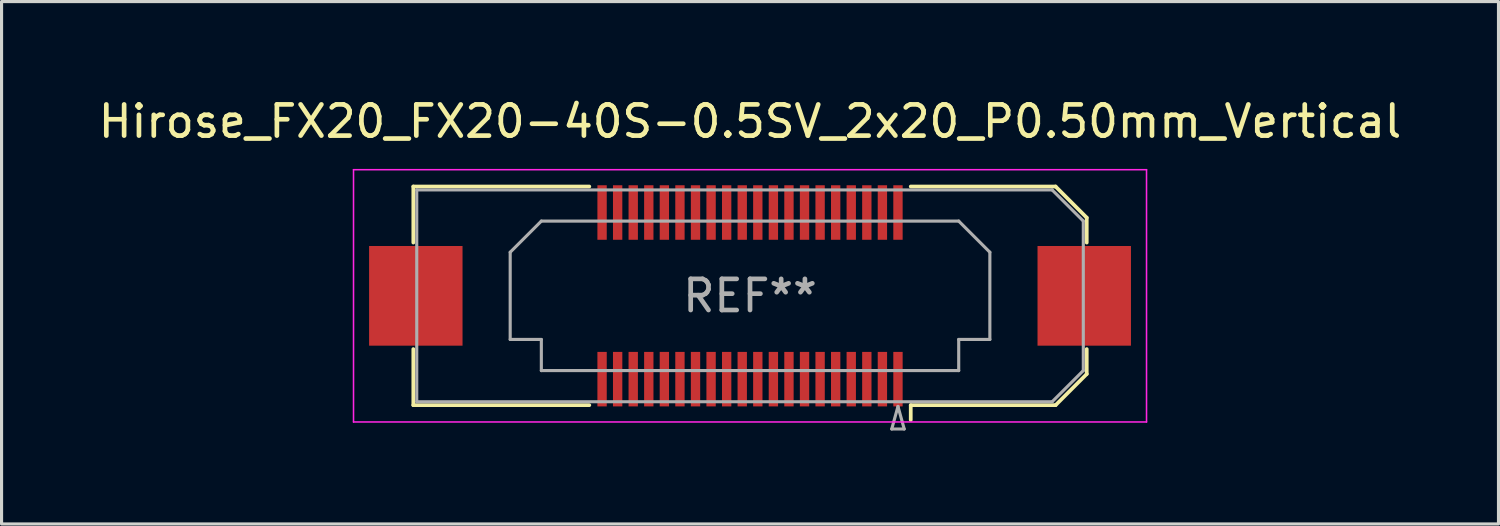
<source format=kicad_pcb>
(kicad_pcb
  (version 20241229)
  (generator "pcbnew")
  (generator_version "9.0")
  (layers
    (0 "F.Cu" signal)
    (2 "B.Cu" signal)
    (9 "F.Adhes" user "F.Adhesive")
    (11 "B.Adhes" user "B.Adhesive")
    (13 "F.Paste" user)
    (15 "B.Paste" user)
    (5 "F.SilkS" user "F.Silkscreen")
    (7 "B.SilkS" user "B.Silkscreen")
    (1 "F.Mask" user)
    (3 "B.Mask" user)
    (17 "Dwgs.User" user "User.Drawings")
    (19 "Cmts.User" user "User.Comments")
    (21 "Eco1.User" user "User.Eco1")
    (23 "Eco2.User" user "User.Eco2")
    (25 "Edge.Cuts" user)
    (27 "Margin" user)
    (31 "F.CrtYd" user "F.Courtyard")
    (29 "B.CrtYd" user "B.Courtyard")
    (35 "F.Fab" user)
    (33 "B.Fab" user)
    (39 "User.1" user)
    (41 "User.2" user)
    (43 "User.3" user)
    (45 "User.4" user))
  (footprint "Hirose_FX20_FX20-40S-0.5SV_2x20_P0.50mm_Vertical"
    (layer "F.Cu")
    (at 21.03 6.448)
    (property "Reference" "Hirose_FX20_FX20-40S-0.5SV_2x20_P0.50mm_Vertical" (at 0 -5.6 0) (layer "F.SilkS") (effects (font (size 1 1) (thickness 0.15))))
    (attr smd)
    (fp_line (start -10.81 -3.51) (end -5.16 -3.51) (stroke (width 0.12) (type solid)) (layer "F.SilkS"))
    (fp_line (start -10.81 -1.71) (end -10.81 -3.51) (stroke (width 0.12) (type solid)) (layer "F.SilkS"))
    (fp_line (start -10.81 3.51) (end -10.81 1.71) (stroke (width 0.12) (type solid)) (layer "F.SilkS"))
    (fp_line (start -5.16 3.51) (end -10.81 3.51) (stroke (width 0.12) (type solid)) (layer "F.SilkS"))
    (fp_line (start 5.16 3.51) (end 9.81 3.51) (stroke (width 0.12) (type solid)) (layer "F.SilkS"))
    (fp_line (start 5.16 3.983) (end 5.16 3.51) (stroke (width 0.12) (type solid)) (layer "F.SilkS"))
    (fp_line (start 9.81 -3.51) (end 5.16 -3.51) (stroke (width 0.12) (type solid)) (layer "F.SilkS"))
    (fp_line (start 9.81 3.51) (end 10.81 2.51) (stroke (width 0.12) (type solid)) (layer "F.SilkS"))
    (fp_line (start 10.81 -2.51) (end 9.81 -3.51) (stroke (width 0.12) (type solid)) (layer "F.SilkS"))
    (fp_line (start 10.81 -1.71) (end 10.81 -2.51) (stroke (width 0.12) (type solid)) (layer "F.SilkS"))
    (fp_line (start 10.81 2.51) (end 10.81 1.71) (stroke (width 0.12) (type solid)) (layer "F.SilkS"))
    (fp_line (start -12.73 -4.05) (end -12.73 4.05) (stroke (width 0.05) (type solid)) (layer "F.CrtYd"))
    (fp_line (start -12.73 4.05) (end 12.73 4.05) (stroke (width 0.05) (type solid)) (layer "F.CrtYd"))
    (fp_line (start 12.73 -4.05) (end -12.73 -4.05) (stroke (width 0.05) (type solid)) (layer "F.CrtYd"))
    (fp_line (start 12.73 4.05) (end 12.73 -4.05) (stroke (width 0.05) (type solid)) (layer "F.CrtYd"))
    (fp_line (start -10.7 -3.4) (end 9.7 -3.4) (stroke (width 0.1) (type solid)) (layer "F.Fab"))
    (fp_line (start -10.7 3.4) (end -10.7 -3.4) (stroke (width 0.1) (type solid)) (layer "F.Fab"))
    (fp_line (start -7.7 -1.4) (end -6.7 -2.4) (stroke (width 0.1) (type solid)) (layer "F.Fab"))
    (fp_line (start -7.7 1.4) (end -7.7 -1.4) (stroke (width 0.1) (type solid)) (layer "F.Fab"))
    (fp_line (start -6.7 -2.4) (end 6.7 -2.4) (stroke (width 0.1) (type solid)) (layer "F.Fab"))
    (fp_line (start -6.7 1.4) (end -7.7 1.4) (stroke (width 0.1) (type solid)) (layer "F.Fab"))
    (fp_line (start -6.7 2.4) (end -6.7 1.4) (stroke (width 0.1) (type solid)) (layer "F.Fab"))
    (fp_line (start 4.55 4.275) (end 4.95 4.275) (stroke (width 0.1) (type solid)) (layer "F.Fab"))
    (fp_line (start 4.75 3.55) (end 4.55 4.275) (stroke (width 0.1) (type solid)) (layer "F.Fab"))
    (fp_line (start 4.95 4.275) (end 4.75 3.55) (stroke (width 0.1) (type solid)) (layer "F.Fab"))
    (fp_line (start 6.7 -2.4) (end 7.7 -1.4) (stroke (width 0.1) (type solid)) (layer "F.Fab"))
    (fp_line (start 6.7 1.4) (end 6.7 2.4) (stroke (width 0.1) (type solid)) (layer "F.Fab"))
    (fp_line (start 6.7 2.4) (end -6.7 2.4) (stroke (width 0.1) (type solid)) (layer "F.Fab"))
    (fp_line (start 7.7 -1.4) (end 7.7 1.4) (stroke (width 0.1) (type solid)) (layer "F.Fab"))
    (fp_line (start 7.7 1.4) (end 6.7 1.4) (stroke (width 0.1) (type solid)) (layer "F.Fab"))
    (fp_line (start 9.7 -3.4) (end 10.7 -2.4) (stroke (width 0.1) (type solid)) (layer "F.Fab"))
    (fp_line (start 9.7 3.4) (end -10.7 3.4) (stroke (width 0.1) (type solid)) (layer "F.Fab"))
    (fp_line (start 10.7 -2.4) (end 10.7 2.4) (stroke (width 0.1) (type solid)) (layer "F.Fab"))
    (fp_line (start 10.7 2.4) (end 9.7 3.4) (stroke (width 0.1) (type solid)) (layer "F.Fab"))
    (fp_text user "REF**" (at 0 0 0) (layer "F.Fab") (effects (font (size 1 1) (thickness 0.15))))
    (pad "" smd rect (at -10.73 0) (size 2.98 3.18) (layers "F.Paste"))
    (pad "" smd rect (at -10.73 0) (size 3 3.2) (layers "F.Cu" "F.Mask"))
    (pad "" smd rect (at -4.75 -2.875) (size 0.28 1.35) (layers "F.Paste"))
    (pad "" smd rect (at -4.75 2.875) (size 0.28 1.35) (layers "F.Paste"))
    (pad "" smd rect (at -4.25 -2.875) (size 0.28 1.35) (layers "F.Paste"))
    (pad "" smd rect (at -4.25 2.875) (size 0.28 1.35) (layers "F.Paste"))
    (pad "" smd rect (at -3.75 -2.875) (size 0.28 1.35) (layers "F.Paste"))
    (pad "" smd rect (at -3.75 2.875) (size 0.28 1.35) (layers "F.Paste"))
    (pad "" smd rect (at -3.25 -2.875) (size 0.28 1.35) (layers "F.Paste"))
    (pad "" smd rect (at -3.25 2.875) (size 0.28 1.35) (layers "F.Paste"))
    (pad "" smd rect (at -2.75 -2.875) (size 0.28 1.35) (layers "F.Paste"))
    (pad "" smd rect (at -2.75 2.875) (size 0.28 1.35) (layers "F.Paste"))
    (pad "" smd rect (at -2.25 -2.875) (size 0.28 1.35) (layers "F.Paste"))
    (pad "" smd rect (at -2.25 2.875) (size 0.28 1.35) (layers "F.Paste"))
    (pad "" smd rect (at -1.75 -2.875) (size 0.28 1.35) (layers "F.Paste"))
    (pad "" smd rect (at -1.75 2.875) (size 0.28 1.35) (layers "F.Paste"))
    (pad "" smd rect (at -1.25 -2.875) (size 0.28 1.35) (layers "F.Paste"))
    (pad "" smd rect (at -1.25 2.875) (size 0.28 1.35) (layers "F.Paste"))
    (pad "" smd rect (at -0.75 -2.875) (size 0.28 1.35) (layers "F.Paste"))
    (pad "" smd rect (at -0.75 2.875) (size 0.28 1.35) (layers "F.Paste"))
    (pad "" smd rect (at -0.25 -2.875) (size 0.28 1.35) (layers "F.Paste"))
    (pad "" smd rect (at -0.25 2.875) (size 0.28 1.35) (layers "F.Paste"))
    (pad "" smd rect (at 0.25 -2.875) (size 0.28 1.35) (layers "F.Paste"))
    (pad "" smd rect (at 0.25 2.875) (size 0.28 1.35) (layers "F.Paste"))
    (pad "" smd rect (at 0.75 -2.875) (size 0.28 1.35) (layers "F.Paste"))
    (pad "" smd rect (at 0.75 2.875) (size 0.28 1.35) (layers "F.Paste"))
    (pad "" smd rect (at 1.25 -2.875) (size 0.28 1.35) (layers "F.Paste"))
    (pad "" smd rect (at 1.25 2.875) (size 0.28 1.35) (layers "F.Paste"))
    (pad "" smd rect (at 1.75 -2.875) (size 0.28 1.35) (layers "F.Paste"))
    (pad "" smd rect (at 1.75 2.875) (size 0.28 1.35) (layers "F.Paste"))
    (pad "" smd rect (at 2.25 -2.875) (size 0.28 1.35) (layers "F.Paste"))
    (pad "" smd rect (at 2.25 2.875) (size 0.28 1.35) (layers "F.Paste"))
    (pad "" smd rect (at 2.75 -2.875) (size 0.28 1.35) (layers "F.Paste"))
    (pad "" smd rect (at 2.75 2.875) (size 0.28 1.35) (layers "F.Paste"))
    (pad "" smd rect (at 3.25 -2.875) (size 0.28 1.35) (layers "F.Paste"))
    (pad "" smd rect (at 3.25 2.875) (size 0.28 1.35) (layers "F.Paste"))
    (pad "" smd rect (at 3.75 -2.875) (size 0.28 1.35) (layers "F.Paste"))
    (pad "" smd rect (at 3.75 2.875) (size 0.28 1.35) (layers "F.Paste"))
    (pad "" smd rect (at 4.25 -2.875) (size 0.28 1.35) (layers "F.Paste"))
    (pad "" smd rect (at 4.25 2.875) (size 0.28 1.35) (layers "F.Paste"))
    (pad "" smd rect (at 4.75 -2.875) (size 0.28 1.35) (layers "F.Paste"))
    (pad "" smd rect (at 4.75 2.875) (size 0.28 1.35) (layers "F.Paste"))
    (pad "" smd rect (at 10.73 0) (size 2.98 3.18) (layers "F.Paste"))
    (pad "" smd rect (at 10.73 0) (size 3 3.2) (layers "F.Cu" "F.Mask"))
    (pad "1" smd rect (at 4.75 2.675) (size 0.3 1.75) (layers "F.Cu" "F.Mask"))
    (pad "2" smd rect (at 4.75 -2.675) (size 0.3 1.75) (layers "F.Cu" "F.Mask"))
    (pad "3" smd rect (at 4.25 2.675) (size 0.3 1.75) (layers "F.Cu" "F.Mask"))
    (pad "4" smd rect (at 4.25 -2.675) (size 0.3 1.75) (layers "F.Cu" "F.Mask"))
    (pad "5" smd rect (at 3.75 2.675) (size 0.3 1.75) (layers "F.Cu" "F.Mask"))
    (pad "6" smd rect (at 3.75 -2.675) (size 0.3 1.75) (layers "F.Cu" "F.Mask"))
    (pad "7" smd rect (at 3.25 2.675) (size 0.3 1.75) (layers "F.Cu" "F.Mask"))
    (pad "8" smd rect (at 3.25 -2.675) (size 0.3 1.75) (layers "F.Cu" "F.Mask"))
    (pad "9" smd rect (at 2.75 2.675) (size 0.3 1.75) (layers "F.Cu" "F.Mask"))
    (pad "10" smd rect (at 2.75 -2.675) (size 0.3 1.75) (layers "F.Cu" "F.Mask"))
    (pad "11" smd rect (at 2.25 2.675) (size 0.3 1.75) (layers "F.Cu" "F.Mask"))
    (pad "12" smd rect (at 2.25 -2.675) (size 0.3 1.75) (layers "F.Cu" "F.Mask"))
    (pad "13" smd rect (at 1.75 2.675) (size 0.3 1.75) (layers "F.Cu" "F.Mask"))
    (pad "14" smd rect (at 1.75 -2.675) (size 0.3 1.75) (layers "F.Cu" "F.Mask"))
    (pad "15" smd rect (at 1.25 2.675) (size 0.3 1.75) (layers "F.Cu" "F.Mask"))
    (pad "16" smd rect (at 1.25 -2.675) (size 0.3 1.75) (layers "F.Cu" "F.Mask"))
    (pad "17" smd rect (at 0.75 2.675) (size 0.3 1.75) (layers "F.Cu" "F.Mask"))
    (pad "18" smd rect (at 0.75 -2.675) (size 0.3 1.75) (layers "F.Cu" "F.Mask"))
    (pad "19" smd rect (at 0.25 2.675) (size 0.3 1.75) (layers "F.Cu" "F.Mask"))
    (pad "20" smd rect (at 0.25 -2.675) (size 0.3 1.75) (layers "F.Cu" "F.Mask"))
    (pad "21" smd rect (at -0.25 2.675) (size 0.3 1.75) (layers "F.Cu" "F.Mask"))
    (pad "22" smd rect (at -0.25 -2.675) (size 0.3 1.75) (layers "F.Cu" "F.Mask"))
    (pad "23" smd rect (at -0.75 2.675) (size 0.3 1.75) (layers "F.Cu" "F.Mask"))
    (pad "24" smd rect (at -0.75 -2.675) (size 0.3 1.75) (layers "F.Cu" "F.Mask"))
    (pad "25" smd rect (at -1.25 2.675) (size 0.3 1.75) (layers "F.Cu" "F.Mask"))
    (pad "26" smd rect (at -1.25 -2.675) (size 0.3 1.75) (layers "F.Cu" "F.Mask"))
    (pad "27" smd rect (at -1.75 2.675) (size 0.3 1.75) (layers "F.Cu" "F.Mask"))
    (pad "28" smd rect (at -1.75 -2.675) (size 0.3 1.75) (layers "F.Cu" "F.Mask"))
    (pad "29" smd rect (at -2.25 2.675) (size 0.3 1.75) (layers "F.Cu" "F.Mask"))
    (pad "30" smd rect (at -2.25 -2.675) (size 0.3 1.75) (layers "F.Cu" "F.Mask"))
    (pad "31" smd rect (at -2.75 2.675) (size 0.3 1.75) (layers "F.Cu" "F.Mask"))
    (pad "32" smd rect (at -2.75 -2.675) (size 0.3 1.75) (layers "F.Cu" "F.Mask"))
    (pad "33" smd rect (at -3.25 2.675) (size 0.3 1.75) (layers "F.Cu" "F.Mask"))
    (pad "34" smd rect (at -3.25 -2.675) (size 0.3 1.75) (layers "F.Cu" "F.Mask"))
    (pad "35" smd rect (at -3.75 2.675) (size 0.3 1.75) (layers "F.Cu" "F.Mask"))
    (pad "36" smd rect (at -3.75 -2.675) (size 0.3 1.75) (layers "F.Cu" "F.Mask"))
    (pad "37" smd rect (at -4.25 2.675) (size 0.3 1.75) (layers "F.Cu" "F.Mask"))
    (pad "38" smd rect (at -4.25 -2.675) (size 0.3 1.75) (layers "F.Cu" "F.Mask"))
    (pad "39" smd rect (at -4.75 2.675) (size 0.3 1.75) (layers "F.Cu" "F.Mask"))
    (pad "40" smd rect (at -4.75 -2.675) (size 0.3 1.75) (layers "F.Cu" "F.Mask")))
  (gr_rect
    (start -3 -3)
    (end 45.06 13.773)
    (stroke (width 0.1) (type default))
    (fill no)
    (layer "Edge.Cuts")))
</source>
